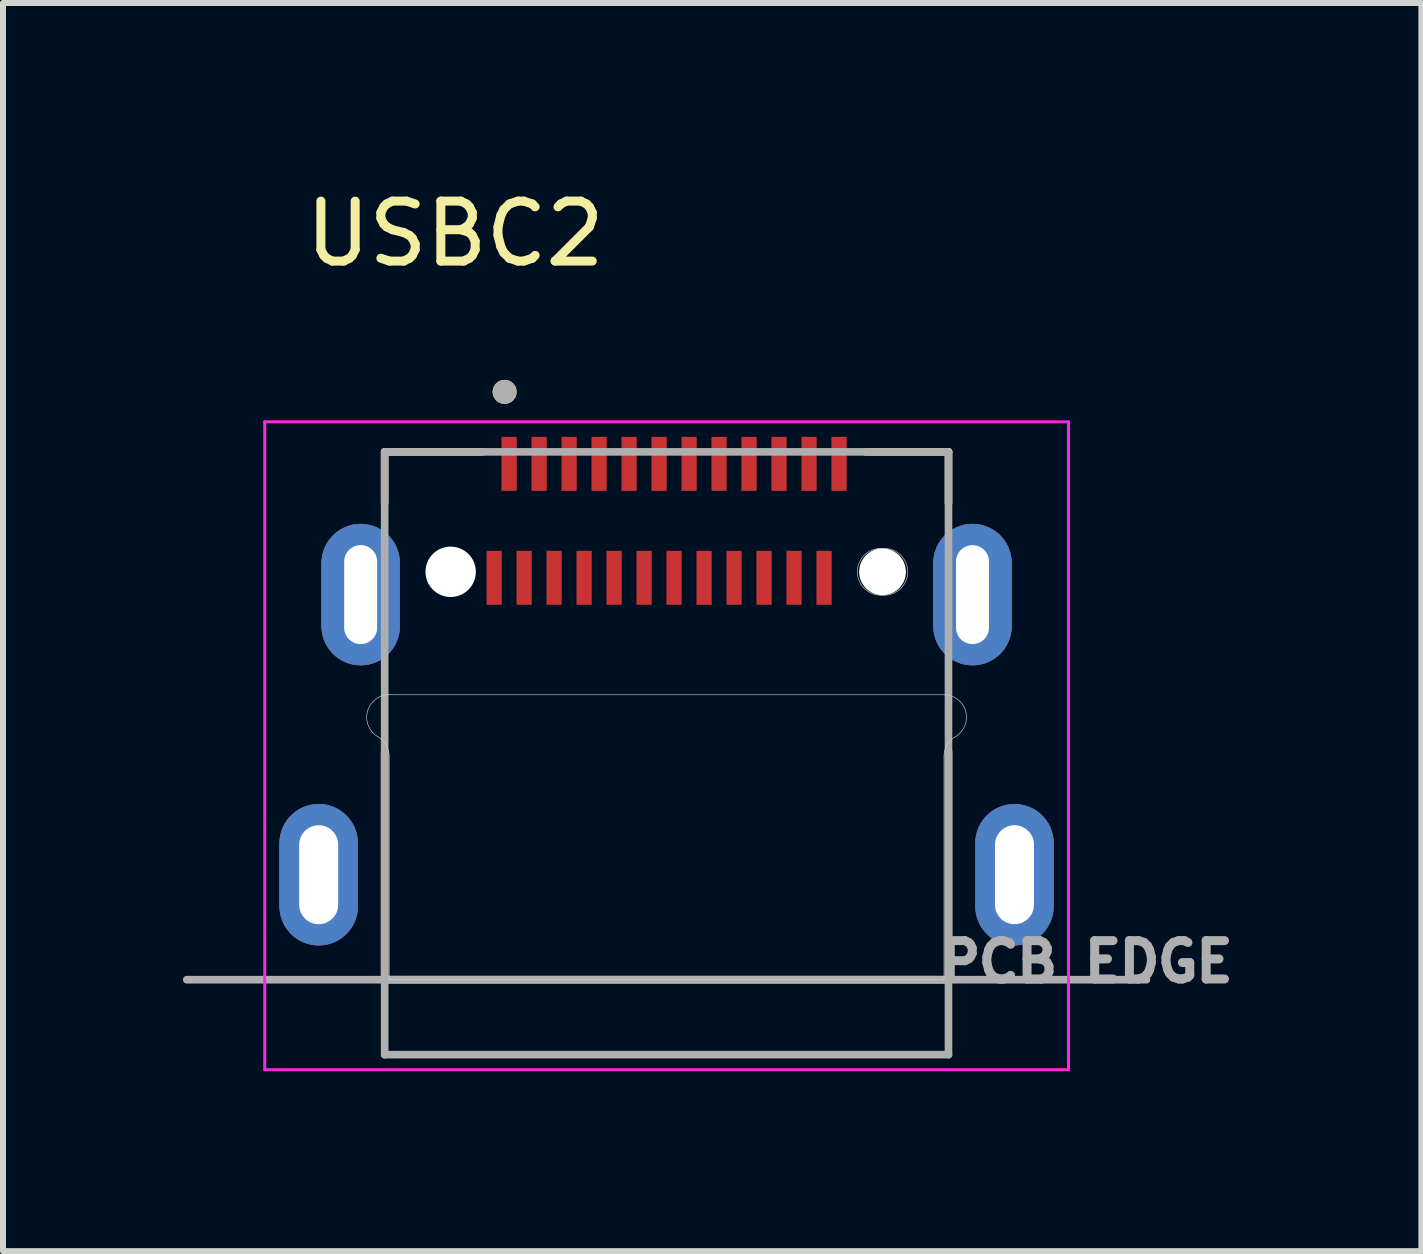
<source format=kicad_pcb>
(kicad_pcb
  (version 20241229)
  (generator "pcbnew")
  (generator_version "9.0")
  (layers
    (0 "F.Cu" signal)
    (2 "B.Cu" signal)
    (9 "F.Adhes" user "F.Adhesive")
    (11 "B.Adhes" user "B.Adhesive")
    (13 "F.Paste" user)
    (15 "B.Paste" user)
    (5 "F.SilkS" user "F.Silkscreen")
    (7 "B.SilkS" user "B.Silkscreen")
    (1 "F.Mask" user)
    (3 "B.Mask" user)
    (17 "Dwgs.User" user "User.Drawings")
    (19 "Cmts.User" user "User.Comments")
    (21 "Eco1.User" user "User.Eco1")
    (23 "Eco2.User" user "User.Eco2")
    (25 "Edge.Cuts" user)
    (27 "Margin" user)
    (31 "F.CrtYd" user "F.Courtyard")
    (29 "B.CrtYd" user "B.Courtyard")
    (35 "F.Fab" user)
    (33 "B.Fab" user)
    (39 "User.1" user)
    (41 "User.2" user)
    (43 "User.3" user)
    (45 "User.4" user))
  (footprint "USBC2"
    (layer "F.Cu")
    (at 8.063 6.483)
    (property "Reference" "USBC2" (at -3.525 -5.635 0) (layer "F.SilkS") (effects (font (size 1 1) (thickness 0.15))))
    (attr smd)
    (fp_poly (pts (xy -5.15 5.575) (xy -5.154 5.643) (xy -5.164 5.71) (xy -5.182 5.776) (xy -5.206 5.839) (xy -5.237 5.9) (xy -5.274 5.957) (xy -5.317 6.01) (xy -5.365 6.058) (xy -5.418 6.101) (xy -5.475 6.138) (xy -5.536 6.169) (xy -5.599 6.193) (xy -5.665 6.211) (xy -5.732 6.221) (xy -5.8 6.225) (xy -5.868 6.221) (xy -5.935 6.211) (xy -6.001 6.193) (xy -6.064 6.169) (xy -6.125 6.138) (xy -6.182 6.101) (xy -6.235 6.058) (xy -6.283 6.01) (xy -6.326 5.957) (xy -6.363 5.9) (xy -6.394 5.839) (xy -6.418 5.776) (xy -6.436 5.71) (xy -6.446 5.643) (xy -6.45 5.575) (xy -6.45 4.525) (xy -6.446 4.457) (xy -6.436 4.39) (xy -6.418 4.324) (xy -6.394 4.261) (xy -6.363 4.2) (xy -6.326 4.143) (xy -6.283 4.09) (xy -6.235 4.042) (xy -6.182 3.999) (xy -6.125 3.962) (xy -6.064 3.931) (xy -6.001 3.907) (xy -5.935 3.889) (xy -5.868 3.879) (xy -5.8 3.875) (xy -5.732 3.879) (xy -5.665 3.889) (xy -5.599 3.907) (xy -5.536 3.931) (xy -5.475 3.962) (xy -5.418 3.999) (xy -5.365 4.042) (xy -5.317 4.09) (xy -5.274 4.143) (xy -5.237 4.2) (xy -5.206 4.261) (xy -5.182 4.324) (xy -5.164 4.39) (xy -5.154 4.457) (xy -5.15 4.525) (xy -5.15 5.575)) (stroke (width 0.01) (type solid)) (fill yes) (layer "F.Cu"))
    (fp_poly (pts (xy -4.45 0.905) (xy -4.454 0.973) (xy -4.464 1.04) (xy -4.482 1.106) (xy -4.506 1.169) (xy -4.537 1.23) (xy -4.574 1.287) (xy -4.617 1.34) (xy -4.665 1.388) (xy -4.718 1.431) (xy -4.775 1.468) (xy -4.836 1.499) (xy -4.899 1.523) (xy -4.965 1.541) (xy -5.032 1.551) (xy -5.1 1.555) (xy -5.168 1.551) (xy -5.235 1.541) (xy -5.301 1.523) (xy -5.364 1.499) (xy -5.425 1.468) (xy -5.482 1.431) (xy -5.535 1.388) (xy -5.583 1.34) (xy -5.626 1.287) (xy -5.663 1.23) (xy -5.694 1.169) (xy -5.718 1.106) (xy -5.736 1.04) (xy -5.746 0.973) (xy -5.75 0.905) (xy -5.75 -0.145) (xy -5.746 -0.213) (xy -5.736 -0.28) (xy -5.718 -0.346) (xy -5.694 -0.409) (xy -5.663 -0.47) (xy -5.626 -0.527) (xy -5.583 -0.58) (xy -5.535 -0.628) (xy -5.482 -0.671) (xy -5.425 -0.708) (xy -5.364 -0.739) (xy -5.301 -0.763) (xy -5.235 -0.781) (xy -5.168 -0.791) (xy -5.1 -0.795) (xy -5.032 -0.791) (xy -4.965 -0.781) (xy -4.899 -0.763) (xy -4.836 -0.739) (xy -4.775 -0.708) (xy -4.718 -0.671) (xy -4.665 -0.628) (xy -4.617 -0.58) (xy -4.574 -0.527) (xy -4.537 -0.47) (xy -4.506 -0.409) (xy -4.482 -0.346) (xy -4.464 -0.28) (xy -4.454 -0.213) (xy -4.45 -0.145) (xy -4.45 0.905)) (stroke (width 0.01) (type solid)) (fill yes) (layer "F.Cu"))
    (fp_poly (pts (xy 5.75 0.905) (xy 5.746 0.973) (xy 5.736 1.04) (xy 5.718 1.106) (xy 5.694 1.169) (xy 5.663 1.23) (xy 5.626 1.287) (xy 5.583 1.34) (xy 5.535 1.388) (xy 5.482 1.431) (xy 5.425 1.468) (xy 5.364 1.499) (xy 5.301 1.523) (xy 5.235 1.541) (xy 5.168 1.551) (xy 5.1 1.555) (xy 5.032 1.551) (xy 4.965 1.541) (xy 4.899 1.523) (xy 4.836 1.499) (xy 4.775 1.468) (xy 4.718 1.431) (xy 4.665 1.388) (xy 4.617 1.34) (xy 4.574 1.287) (xy 4.537 1.23) (xy 4.506 1.169) (xy 4.482 1.106) (xy 4.464 1.04) (xy 4.454 0.973) (xy 4.45 0.905) (xy 4.45 -0.145) (xy 4.454 -0.213) (xy 4.464 -0.28) (xy 4.482 -0.346) (xy 4.506 -0.409) (xy 4.537 -0.47) (xy 4.574 -0.527) (xy 4.617 -0.58) (xy 4.665 -0.628) (xy 4.718 -0.671) (xy 4.775 -0.708) (xy 4.836 -0.739) (xy 4.899 -0.763) (xy 4.965 -0.781) (xy 5.032 -0.791) (xy 5.1 -0.795) (xy 5.168 -0.791) (xy 5.235 -0.781) (xy 5.301 -0.763) (xy 5.364 -0.739) (xy 5.425 -0.708) (xy 5.482 -0.671) (xy 5.535 -0.628) (xy 5.583 -0.58) (xy 5.626 -0.527) (xy 5.663 -0.47) (xy 5.694 -0.409) (xy 5.718 -0.346) (xy 5.736 -0.28) (xy 5.746 -0.213) (xy 5.75 -0.145) (xy 5.75 0.905)) (stroke (width 0.01) (type solid)) (fill yes) (layer "F.Cu"))
    (fp_poly (pts (xy 6.45 5.575) (xy 6.446 5.643) (xy 6.436 5.71) (xy 6.418 5.776) (xy 6.394 5.839) (xy 6.363 5.9) (xy 6.326 5.957) (xy 6.283 6.01) (xy 6.235 6.058) (xy 6.182 6.101) (xy 6.125 6.138) (xy 6.064 6.169) (xy 6.001 6.193) (xy 5.935 6.211) (xy 5.868 6.221) (xy 5.8 6.225) (xy 5.732 6.221) (xy 5.665 6.211) (xy 5.599 6.193) (xy 5.536 6.169) (xy 5.475 6.138) (xy 5.418 6.101) (xy 5.365 6.058) (xy 5.317 6.01) (xy 5.274 5.957) (xy 5.237 5.9) (xy 5.206 5.839) (xy 5.182 5.776) (xy 5.164 5.71) (xy 5.154 5.643) (xy 5.15 5.575) (xy 5.15 4.525) (xy 5.154 4.457) (xy 5.164 4.39) (xy 5.182 4.324) (xy 5.206 4.261) (xy 5.237 4.2) (xy 5.274 4.143) (xy 5.317 4.09) (xy 5.365 4.042) (xy 5.418 3.999) (xy 5.475 3.962) (xy 5.536 3.931) (xy 5.599 3.907) (xy 5.665 3.889) (xy 5.732 3.879) (xy 5.8 3.875) (xy 5.868 3.879) (xy 5.935 3.889) (xy 6.001 3.907) (xy 6.064 3.931) (xy 6.125 3.962) (xy 6.182 3.999) (xy 6.235 4.042) (xy 6.283 4.09) (xy 6.326 4.143) (xy 6.363 4.2) (xy 6.394 4.261) (xy 6.418 4.324) (xy 6.436 4.39) (xy 6.446 4.457) (xy 6.45 4.525) (xy 6.45 5.575)) (stroke (width 0.01) (type solid)) (fill yes) (layer "F.Cu"))
    (fp_poly (pts (xy -6.55 4.525) (xy -6.55 5.575) (xy -6.546 5.653) (xy -6.534 5.731) (xy -6.513 5.807) (xy -6.485 5.88) (xy -6.45 5.95) (xy -6.407 6.016) (xy -6.357 6.077) (xy -6.302 6.132) (xy -6.241 6.182) (xy -6.175 6.225) (xy -6.105 6.26) (xy -6.032 6.288) (xy -5.956 6.309) (xy -5.878 6.321) (xy -5.8 6.325) (xy -5.722 6.321) (xy -5.644 6.309) (xy -5.568 6.288) (xy -5.495 6.26) (xy -5.425 6.225) (xy -5.359 6.182) (xy -5.298 6.132) (xy -5.243 6.077) (xy -5.193 6.016) (xy -5.15 5.95) (xy -5.115 5.88) (xy -5.087 5.807) (xy -5.066 5.731) (xy -5.054 5.653) (xy -5.05 5.575) (xy -5.05 4.525) (xy -5.054 4.447) (xy -5.066 4.369) (xy -5.087 4.293) (xy -5.115 4.22) (xy -5.15 4.15) (xy -5.193 4.084) (xy -5.243 4.023) (xy -5.298 3.968) (xy -5.359 3.918) (xy -5.425 3.875) (xy -5.495 3.84) (xy -5.568 3.812) (xy -5.644 3.791) (xy -5.722 3.779) (xy -5.8 3.775) (xy -5.878 3.779) (xy -5.956 3.791) (xy -6.032 3.812) (xy -6.105 3.84) (xy -6.175 3.875) (xy -6.241 3.918) (xy -6.302 3.968) (xy -6.357 4.023) (xy -6.407 4.084) (xy -6.45 4.15) (xy -6.485 4.22) (xy -6.513 4.293) (xy -6.534 4.369) (xy -6.546 4.447) (xy -6.55 4.525)) (stroke (width 0.01) (type solid)) (fill yes) (layer "F.Mask"))
    (fp_poly (pts (xy -5.85 -0.145) (xy -5.85 0.905) (xy -5.846 0.983) (xy -5.834 1.061) (xy -5.813 1.137) (xy -5.785 1.21) (xy -5.75 1.28) (xy -5.707 1.346) (xy -5.657 1.407) (xy -5.602 1.462) (xy -5.541 1.512) (xy -5.475 1.555) (xy -5.405 1.59) (xy -5.332 1.618) (xy -5.256 1.639) (xy -5.178 1.651) (xy -5.1 1.655) (xy -5.022 1.651) (xy -4.944 1.639) (xy -4.868 1.618) (xy -4.795 1.59) (xy -4.725 1.555) (xy -4.659 1.512) (xy -4.598 1.462) (xy -4.543 1.407) (xy -4.493 1.346) (xy -4.45 1.28) (xy -4.415 1.21) (xy -4.387 1.137) (xy -4.366 1.061) (xy -4.354 0.983) (xy -4.35 0.905) (xy -4.35 -0.145) (xy -4.354 -0.223) (xy -4.366 -0.301) (xy -4.387 -0.377) (xy -4.415 -0.45) (xy -4.45 -0.52) (xy -4.493 -0.586) (xy -4.543 -0.647) (xy -4.598 -0.702) (xy -4.659 -0.752) (xy -4.725 -0.795) (xy -4.795 -0.83) (xy -4.868 -0.858) (xy -4.944 -0.879) (xy -5.022 -0.891) (xy -5.1 -0.895) (xy -5.178 -0.891) (xy -5.256 -0.879) (xy -5.332 -0.858) (xy -5.405 -0.83) (xy -5.475 -0.795) (xy -5.541 -0.752) (xy -5.602 -0.702) (xy -5.657 -0.647) (xy -5.707 -0.586) (xy -5.75 -0.52) (xy -5.785 -0.45) (xy -5.813 -0.377) (xy -5.834 -0.301) (xy -5.846 -0.223) (xy -5.85 -0.145)) (stroke (width 0.01) (type solid)) (fill yes) (layer "F.Mask"))
    (fp_poly (pts (xy 4.35 -0.145) (xy 4.35 0.905) (xy 4.354 0.983) (xy 4.366 1.061) (xy 4.387 1.137) (xy 4.415 1.21) (xy 4.45 1.28) (xy 4.493 1.346) (xy 4.543 1.407) (xy 4.598 1.462) (xy 4.659 1.512) (xy 4.725 1.555) (xy 4.795 1.59) (xy 4.868 1.618) (xy 4.944 1.639) (xy 5.022 1.651) (xy 5.1 1.655) (xy 5.178 1.651) (xy 5.256 1.639) (xy 5.332 1.618) (xy 5.405 1.59) (xy 5.475 1.555) (xy 5.541 1.512) (xy 5.602 1.462) (xy 5.657 1.407) (xy 5.707 1.346) (xy 5.75 1.28) (xy 5.785 1.21) (xy 5.813 1.137) (xy 5.834 1.061) (xy 5.846 0.983) (xy 5.85 0.905) (xy 5.85 -0.145) (xy 5.846 -0.223) (xy 5.834 -0.301) (xy 5.813 -0.377) (xy 5.785 -0.45) (xy 5.75 -0.52) (xy 5.707 -0.586) (xy 5.657 -0.647) (xy 5.602 -0.702) (xy 5.541 -0.752) (xy 5.475 -0.795) (xy 5.405 -0.83) (xy 5.332 -0.858) (xy 5.256 -0.879) (xy 5.178 -0.891) (xy 5.1 -0.895) (xy 5.022 -0.891) (xy 4.944 -0.879) (xy 4.868 -0.858) (xy 4.795 -0.83) (xy 4.725 -0.795) (xy 4.659 -0.752) (xy 4.598 -0.702) (xy 4.543 -0.647) (xy 4.493 -0.586) (xy 4.45 -0.52) (xy 4.415 -0.45) (xy 4.387 -0.377) (xy 4.366 -0.301) (xy 4.354 -0.223) (xy 4.35 -0.145)) (stroke (width 0.01) (type solid)) (fill yes) (layer "F.Mask"))
    (fp_poly (pts (xy 5.05 4.525) (xy 5.05 5.575) (xy 5.054 5.653) (xy 5.066 5.731) (xy 5.087 5.807) (xy 5.115 5.88) (xy 5.15 5.95) (xy 5.193 6.016) (xy 5.243 6.077) (xy 5.298 6.132) (xy 5.359 6.182) (xy 5.425 6.225) (xy 5.495 6.26) (xy 5.568 6.288) (xy 5.644 6.309) (xy 5.722 6.321) (xy 5.8 6.325) (xy 5.878 6.321) (xy 5.956 6.309) (xy 6.032 6.288) (xy 6.105 6.26) (xy 6.175 6.225) (xy 6.241 6.182) (xy 6.302 6.132) (xy 6.357 6.077) (xy 6.407 6.016) (xy 6.45 5.95) (xy 6.485 5.88) (xy 6.513 5.807) (xy 6.534 5.731) (xy 6.546 5.653) (xy 6.55 5.575) (xy 6.55 4.525) (xy 6.546 4.447) (xy 6.534 4.369) (xy 6.513 4.293) (xy 6.485 4.22) (xy 6.45 4.15) (xy 6.407 4.084) (xy 6.357 4.023) (xy 6.302 3.968) (xy 6.241 3.918) (xy 6.175 3.875) (xy 6.105 3.84) (xy 6.032 3.812) (xy 5.956 3.791) (xy 5.878 3.779) (xy 5.8 3.775) (xy 5.722 3.779) (xy 5.644 3.791) (xy 5.568 3.812) (xy 5.495 3.84) (xy 5.425 3.875) (xy 5.359 3.918) (xy 5.298 3.968) (xy 5.243 4.023) (xy 5.193 4.084) (xy 5.15 4.15) (xy 5.115 4.22) (xy 5.087 4.293) (xy 5.066 4.369) (xy 5.054 4.447) (xy 5.05 4.525)) (stroke (width 0.01) (type solid)) (fill yes) (layer "F.Mask"))
    (fp_poly (pts (xy -5.15 5.575) (xy -5.154 5.643) (xy -5.164 5.71) (xy -5.182 5.776) (xy -5.206 5.839) (xy -5.237 5.9) (xy -5.274 5.957) (xy -5.317 6.01) (xy -5.365 6.058) (xy -5.418 6.101) (xy -5.475 6.138) (xy -5.536 6.169) (xy -5.599 6.193) (xy -5.665 6.211) (xy -5.732 6.221) (xy -5.8 6.225) (xy -5.868 6.221) (xy -5.935 6.211) (xy -6.001 6.193) (xy -6.064 6.169) (xy -6.125 6.138) (xy -6.182 6.101) (xy -6.235 6.058) (xy -6.283 6.01) (xy -6.326 5.957) (xy -6.363 5.9) (xy -6.394 5.839) (xy -6.418 5.776) (xy -6.436 5.71) (xy -6.446 5.643) (xy -6.45 5.575) (xy -6.45 4.525) (xy -6.446 4.457) (xy -6.436 4.39) (xy -6.418 4.324) (xy -6.394 4.261) (xy -6.363 4.2) (xy -6.326 4.143) (xy -6.283 4.09) (xy -6.235 4.042) (xy -6.182 3.999) (xy -6.125 3.962) (xy -6.064 3.931) (xy -6.001 3.907) (xy -5.935 3.889) (xy -5.868 3.879) (xy -5.8 3.875) (xy -5.732 3.879) (xy -5.665 3.889) (xy -5.599 3.907) (xy -5.536 3.931) (xy -5.475 3.962) (xy -5.418 3.999) (xy -5.365 4.042) (xy -5.317 4.09) (xy -5.274 4.143) (xy -5.237 4.2) (xy -5.206 4.261) (xy -5.182 4.324) (xy -5.164 4.39) (xy -5.154 4.457) (xy -5.15 4.525) (xy -5.15 5.575)) (stroke (width 0.01) (type solid)) (fill yes) (layer "B.Cu"))
    (fp_poly (pts (xy -4.45 0.905) (xy -4.454 0.973) (xy -4.464 1.04) (xy -4.482 1.106) (xy -4.506 1.169) (xy -4.537 1.23) (xy -4.574 1.287) (xy -4.617 1.34) (xy -4.665 1.388) (xy -4.718 1.431) (xy -4.775 1.468) (xy -4.836 1.499) (xy -4.899 1.523) (xy -4.965 1.541) (xy -5.032 1.551) (xy -5.1 1.555) (xy -5.168 1.551) (xy -5.235 1.541) (xy -5.301 1.523) (xy -5.364 1.499) (xy -5.425 1.468) (xy -5.482 1.431) (xy -5.535 1.388) (xy -5.583 1.34) (xy -5.626 1.287) (xy -5.663 1.23) (xy -5.694 1.169) (xy -5.718 1.106) (xy -5.736 1.04) (xy -5.746 0.973) (xy -5.75 0.905) (xy -5.75 -0.145) (xy -5.746 -0.213) (xy -5.736 -0.28) (xy -5.718 -0.346) (xy -5.694 -0.409) (xy -5.663 -0.47) (xy -5.626 -0.527) (xy -5.583 -0.58) (xy -5.535 -0.628) (xy -5.482 -0.671) (xy -5.425 -0.708) (xy -5.364 -0.739) (xy -5.301 -0.763) (xy -5.235 -0.781) (xy -5.168 -0.791) (xy -5.1 -0.795) (xy -5.032 -0.791) (xy -4.965 -0.781) (xy -4.899 -0.763) (xy -4.836 -0.739) (xy -4.775 -0.708) (xy -4.718 -0.671) (xy -4.665 -0.628) (xy -4.617 -0.58) (xy -4.574 -0.527) (xy -4.537 -0.47) (xy -4.506 -0.409) (xy -4.482 -0.346) (xy -4.464 -0.28) (xy -4.454 -0.213) (xy -4.45 -0.145) (xy -4.45 0.905)) (stroke (width 0.01) (type solid)) (fill yes) (layer "B.Cu"))
    (fp_poly (pts (xy 5.75 0.905) (xy 5.746 0.973) (xy 5.736 1.04) (xy 5.718 1.106) (xy 5.694 1.169) (xy 5.663 1.23) (xy 5.626 1.287) (xy 5.583 1.34) (xy 5.535 1.388) (xy 5.482 1.431) (xy 5.425 1.468) (xy 5.364 1.499) (xy 5.301 1.523) (xy 5.235 1.541) (xy 5.168 1.551) (xy 5.1 1.555) (xy 5.032 1.551) (xy 4.965 1.541) (xy 4.899 1.523) (xy 4.836 1.499) (xy 4.775 1.468) (xy 4.718 1.431) (xy 4.665 1.388) (xy 4.617 1.34) (xy 4.574 1.287) (xy 4.537 1.23) (xy 4.506 1.169) (xy 4.482 1.106) (xy 4.464 1.04) (xy 4.454 0.973) (xy 4.45 0.905) (xy 4.45 -0.145) (xy 4.454 -0.213) (xy 4.464 -0.28) (xy 4.482 -0.346) (xy 4.506 -0.409) (xy 4.537 -0.47) (xy 4.574 -0.527) (xy 4.617 -0.58) (xy 4.665 -0.628) (xy 4.718 -0.671) (xy 4.775 -0.708) (xy 4.836 -0.739) (xy 4.899 -0.763) (xy 4.965 -0.781) (xy 5.032 -0.791) (xy 5.1 -0.795) (xy 5.168 -0.791) (xy 5.235 -0.781) (xy 5.301 -0.763) (xy 5.364 -0.739) (xy 5.425 -0.708) (xy 5.482 -0.671) (xy 5.535 -0.628) (xy 5.583 -0.58) (xy 5.626 -0.527) (xy 5.663 -0.47) (xy 5.694 -0.409) (xy 5.718 -0.346) (xy 5.736 -0.28) (xy 5.746 -0.213) (xy 5.75 -0.145) (xy 5.75 0.905)) (stroke (width 0.01) (type solid)) (fill yes) (layer "B.Cu"))
    (fp_poly (pts (xy 6.45 5.575) (xy 6.446 5.643) (xy 6.436 5.71) (xy 6.418 5.776) (xy 6.394 5.839) (xy 6.363 5.9) (xy 6.326 5.957) (xy 6.283 6.01) (xy 6.235 6.058) (xy 6.182 6.101) (xy 6.125 6.138) (xy 6.064 6.169) (xy 6.001 6.193) (xy 5.935 6.211) (xy 5.868 6.221) (xy 5.8 6.225) (xy 5.732 6.221) (xy 5.665 6.211) (xy 5.599 6.193) (xy 5.536 6.169) (xy 5.475 6.138) (xy 5.418 6.101) (xy 5.365 6.058) (xy 5.317 6.01) (xy 5.274 5.957) (xy 5.237 5.9) (xy 5.206 5.839) (xy 5.182 5.776) (xy 5.164 5.71) (xy 5.154 5.643) (xy 5.15 5.575) (xy 5.15 4.525) (xy 5.154 4.457) (xy 5.164 4.39) (xy 5.182 4.324) (xy 5.206 4.261) (xy 5.237 4.2) (xy 5.274 4.143) (xy 5.317 4.09) (xy 5.365 4.042) (xy 5.418 3.999) (xy 5.475 3.962) (xy 5.536 3.931) (xy 5.599 3.907) (xy 5.665 3.889) (xy 5.732 3.879) (xy 5.8 3.875) (xy 5.868 3.879) (xy 5.935 3.889) (xy 6.001 3.907) (xy 6.064 3.931) (xy 6.125 3.962) (xy 6.182 3.999) (xy 6.235 4.042) (xy 6.283 4.09) (xy 6.326 4.143) (xy 6.363 4.2) (xy 6.394 4.261) (xy 6.418 4.324) (xy 6.436 4.39) (xy 6.446 4.457) (xy 6.45 4.525) (xy 6.45 5.575)) (stroke (width 0.01) (type solid)) (fill yes) (layer "B.Cu"))
    (fp_poly (pts (xy -6.55 4.525) (xy -6.55 5.575) (xy -6.546 5.653) (xy -6.534 5.731) (xy -6.513 5.807) (xy -6.485 5.88) (xy -6.45 5.95) (xy -6.407 6.016) (xy -6.357 6.077) (xy -6.302 6.132) (xy -6.241 6.182) (xy -6.175 6.225) (xy -6.105 6.26) (xy -6.032 6.288) (xy -5.956 6.309) (xy -5.878 6.321) (xy -5.8 6.325) (xy -5.722 6.321) (xy -5.644 6.309) (xy -5.568 6.288) (xy -5.495 6.26) (xy -5.425 6.225) (xy -5.359 6.182) (xy -5.298 6.132) (xy -5.243 6.077) (xy -5.193 6.016) (xy -5.15 5.95) (xy -5.115 5.88) (xy -5.087 5.807) (xy -5.066 5.731) (xy -5.054 5.653) (xy -5.05 5.575) (xy -5.05 4.525) (xy -5.054 4.447) (xy -5.066 4.369) (xy -5.087 4.293) (xy -5.115 4.22) (xy -5.15 4.15) (xy -5.193 4.084) (xy -5.243 4.023) (xy -5.298 3.968) (xy -5.359 3.918) (xy -5.425 3.875) (xy -5.495 3.84) (xy -5.568 3.812) (xy -5.644 3.791) (xy -5.722 3.779) (xy -5.8 3.775) (xy -5.878 3.779) (xy -5.956 3.791) (xy -6.032 3.812) (xy -6.105 3.84) (xy -6.175 3.875) (xy -6.241 3.918) (xy -6.302 3.968) (xy -6.357 4.023) (xy -6.407 4.084) (xy -6.45 4.15) (xy -6.485 4.22) (xy -6.513 4.293) (xy -6.534 4.369) (xy -6.546 4.447) (xy -6.55 4.525)) (stroke (width 0.01) (type solid)) (fill yes) (layer "B.Mask"))
    (fp_poly (pts (xy -5.85 -0.145) (xy -5.85 0.905) (xy -5.846 0.983) (xy -5.834 1.061) (xy -5.813 1.137) (xy -5.785 1.21) (xy -5.75 1.28) (xy -5.707 1.346) (xy -5.657 1.407) (xy -5.602 1.462) (xy -5.541 1.512) (xy -5.475 1.555) (xy -5.405 1.59) (xy -5.332 1.618) (xy -5.256 1.639) (xy -5.178 1.651) (xy -5.1 1.655) (xy -5.022 1.651) (xy -4.944 1.639) (xy -4.868 1.618) (xy -4.795 1.59) (xy -4.725 1.555) (xy -4.659 1.512) (xy -4.598 1.462) (xy -4.543 1.407) (xy -4.493 1.346) (xy -4.45 1.28) (xy -4.415 1.21) (xy -4.387 1.137) (xy -4.366 1.061) (xy -4.354 0.983) (xy -4.35 0.905) (xy -4.35 -0.145) (xy -4.354 -0.223) (xy -4.366 -0.301) (xy -4.387 -0.377) (xy -4.415 -0.45) (xy -4.45 -0.52) (xy -4.493 -0.586) (xy -4.543 -0.647) (xy -4.598 -0.702) (xy -4.659 -0.752) (xy -4.725 -0.795) (xy -4.795 -0.83) (xy -4.868 -0.858) (xy -4.944 -0.879) (xy -5.022 -0.891) (xy -5.1 -0.895) (xy -5.178 -0.891) (xy -5.256 -0.879) (xy -5.332 -0.858) (xy -5.405 -0.83) (xy -5.475 -0.795) (xy -5.541 -0.752) (xy -5.602 -0.702) (xy -5.657 -0.647) (xy -5.707 -0.586) (xy -5.75 -0.52) (xy -5.785 -0.45) (xy -5.813 -0.377) (xy -5.834 -0.301) (xy -5.846 -0.223) (xy -5.85 -0.145)) (stroke (width 0.01) (type solid)) (fill yes) (layer "B.Mask"))
    (fp_poly (pts (xy 4.35 -0.145) (xy 4.35 0.905) (xy 4.354 0.983) (xy 4.366 1.061) (xy 4.387 1.137) (xy 4.415 1.21) (xy 4.45 1.28) (xy 4.493 1.346) (xy 4.543 1.407) (xy 4.598 1.462) (xy 4.659 1.512) (xy 4.725 1.555) (xy 4.795 1.59) (xy 4.868 1.618) (xy 4.944 1.639) (xy 5.022 1.651) (xy 5.1 1.655) (xy 5.178 1.651) (xy 5.256 1.639) (xy 5.332 1.618) (xy 5.405 1.59) (xy 5.475 1.555) (xy 5.541 1.512) (xy 5.602 1.462) (xy 5.657 1.407) (xy 5.707 1.346) (xy 5.75 1.28) (xy 5.785 1.21) (xy 5.813 1.137) (xy 5.834 1.061) (xy 5.846 0.983) (xy 5.85 0.905) (xy 5.85 -0.145) (xy 5.846 -0.223) (xy 5.834 -0.301) (xy 5.813 -0.377) (xy 5.785 -0.45) (xy 5.75 -0.52) (xy 5.707 -0.586) (xy 5.657 -0.647) (xy 5.602 -0.702) (xy 5.541 -0.752) (xy 5.475 -0.795) (xy 5.405 -0.83) (xy 5.332 -0.858) (xy 5.256 -0.879) (xy 5.178 -0.891) (xy 5.1 -0.895) (xy 5.022 -0.891) (xy 4.944 -0.879) (xy 4.868 -0.858) (xy 4.795 -0.83) (xy 4.725 -0.795) (xy 4.659 -0.752) (xy 4.598 -0.702) (xy 4.543 -0.647) (xy 4.493 -0.586) (xy 4.45 -0.52) (xy 4.415 -0.45) (xy 4.387 -0.377) (xy 4.366 -0.301) (xy 4.354 -0.223) (xy 4.35 -0.145)) (stroke (width 0.01) (type solid)) (fill yes) (layer "B.Mask"))
    (fp_poly (pts (xy 5.05 4.525) (xy 5.05 5.575) (xy 5.054 5.653) (xy 5.066 5.731) (xy 5.087 5.807) (xy 5.115 5.88) (xy 5.15 5.95) (xy 5.193 6.016) (xy 5.243 6.077) (xy 5.298 6.132) (xy 5.359 6.182) (xy 5.425 6.225) (xy 5.495 6.26) (xy 5.568 6.288) (xy 5.644 6.309) (xy 5.722 6.321) (xy 5.8 6.325) (xy 5.878 6.321) (xy 5.956 6.309) (xy 6.032 6.288) (xy 6.105 6.26) (xy 6.175 6.225) (xy 6.241 6.182) (xy 6.302 6.132) (xy 6.357 6.077) (xy 6.407 6.016) (xy 6.45 5.95) (xy 6.485 5.88) (xy 6.513 5.807) (xy 6.534 5.731) (xy 6.546 5.653) (xy 6.55 5.575) (xy 6.55 4.525) (xy 6.546 4.447) (xy 6.534 4.369) (xy 6.513 4.293) (xy 6.485 4.22) (xy 6.45 4.15) (xy 6.407 4.084) (xy 6.357 4.023) (xy 6.302 3.968) (xy 6.241 3.918) (xy 6.175 3.875) (xy 6.105 3.84) (xy 6.032 3.812) (xy 5.956 3.791) (xy 5.878 3.779) (xy 5.8 3.775) (xy 5.722 3.779) (xy 5.644 3.791) (xy 5.568 3.812) (xy 5.495 3.84) (xy 5.425 3.875) (xy 5.359 3.918) (xy 5.298 3.968) (xy 5.243 4.023) (xy 5.193 4.084) (xy 5.15 4.15) (xy 5.115 4.22) (xy 5.087 4.293) (xy 5.066 4.369) (xy 5.054 4.447) (xy 5.05 4.525)) (stroke (width 0.01) (type solid)) (fill yes) (layer "B.Mask"))
    (fp_line (start -4.7 -2) (end -3.072 -2) (stroke (width 0.127) (type solid)) (layer "F.SilkS"))
    (fp_line (start -4.7 -1.145) (end -4.7 -2) (stroke (width 0.127) (type solid)) (layer "F.SilkS"))
    (fp_line (start -4.7 6.8) (end -4.7 3) (stroke (width 0.127) (type solid)) (layer "F.SilkS"))
    (fp_line (start -4.7 6.8) (end 4.7 6.8) (stroke (width 0.127) (type solid)) (layer "F.SilkS"))
    (fp_line (start 3.322 -2) (end 4.7 -2) (stroke (width 0.127) (type solid)) (layer "F.SilkS"))
    (fp_line (start 4.7 -2) (end 4.7 -1.145) (stroke (width 0.127) (type solid)) (layer "F.SilkS"))
    (fp_line (start 4.7 6.8) (end 4.7 3) (stroke (width 0.127) (type solid)) (layer "F.SilkS"))
    (fp_circle (center -2.7 -3) (end -2.6 -3) (stroke (width 0.2) (type solid)) (fill no) (layer "F.SilkS"))
    (fp_line (start -4.625 2.05) (end 4.625 2.05) (stroke (width 0.01) (type solid)) (layer "Edge.Cuts"))
    (fp_line (start -4.625 3.075) (end -4.625 6.8) (stroke (width 0.01) (type solid)) (layer "Edge.Cuts"))
    (fp_line (start -4.625 6.8) (end 4.625 6.8) (stroke (width 0.01) (type solid)) (layer "Edge.Cuts"))
    (fp_line (start 3.57 -0.39) (end 3.63 -0.39) (stroke (width 0.01) (type solid)) (layer "Edge.Cuts"))
    (fp_line (start 3.57 0.39) (end 3.63 0.39) (stroke (width 0.01) (type solid)) (layer "Edge.Cuts"))
    (fp_line (start 4.625 6.8) (end 4.625 3.075) (stroke (width 0.01) (type solid)) (layer "Edge.Cuts"))
    (fp_arc (start -4.8125 2.74976) (mid -4.987223 2.327943) (end -4.625 2.05) (stroke (width 0.01) (type solid)) (layer "Edge.Cuts"))
    (fp_arc (start -4.8125 2.74976) (mid -4.67524 2.88702) (end -4.625 3.07452) (stroke (width 0.01) (type solid)) (layer "Edge.Cuts"))
    (fp_arc (start 3.57 0.39) (mid 3.18 0) (end 3.57 -0.39) (stroke (width 0.01) (type solid)) (layer "Edge.Cuts"))
    (fp_arc (start 3.63 -0.39) (mid 4.02 0) (end 3.63 0.39) (stroke (width 0.01) (type solid)) (layer "Edge.Cuts"))
    (fp_arc (start 4.625 2.05) (mid 4.987222 2.327943) (end 4.8125 2.74976) (stroke (width 0.01) (type solid)) (layer "Edge.Cuts"))
    (fp_arc (start 4.625 3.07452) (mid 4.675241 2.88702) (end 4.8125 2.74976) (stroke (width 0.01) (type solid)) (layer "Edge.Cuts"))
    (fp_line (start -6.7 -2.5) (end -6.7 8.3) (stroke (width 0.05) (type solid)) (layer "F.CrtYd"))
    (fp_line (start -6.7 8.3) (end 6.7 8.3) (stroke (width 0.05) (type solid)) (layer "F.CrtYd"))
    (fp_line (start 6.7 -2.5) (end -6.7 -2.5) (stroke (width 0.05) (type solid)) (layer "F.CrtYd"))
    (fp_line (start 6.7 8.3) (end 6.7 -2.5) (stroke (width 0.05) (type solid)) (layer "F.CrtYd"))
    (fp_line (start -8 6.8) (end 8 6.8) (stroke (width 0.127) (type solid)) (layer "F.Fab"))
    (fp_line (start -4.7 -2) (end 4.7 -2) (stroke (width 0.127) (type solid)) (layer "F.Fab"))
    (fp_line (start -4.7 8.05) (end -4.7 -2) (stroke (width 0.127) (type solid)) (layer "F.Fab"))
    (fp_line (start 4.7 -2) (end 4.7 8.05) (stroke (width 0.127) (type solid)) (layer "F.Fab"))
    (fp_line (start 4.7 8.05) (end -4.7 8.05) (stroke (width 0.127) (type solid)) (layer "F.Fab"))
    (fp_circle (center -2.7 -3) (end -2.6 -3) (stroke (width 0.2) (type solid)) (fill no) (layer "F.Fab"))
    (fp_text user "PCB EDGE" (at 7 6.5 0) (layer "F.Fab") (effects (font (size 0.64 0.64) (thickness 0.15))))
    (pad "" np_thru_hole circle (at -3.6 0) (size 0.84 0.84) (drill 0.84) (layers "*.Cu" "*.Mask"))
    (pad "" np_thru_hole circle (at 3.6 0) (size 0.78 0.78) (drill 0.78) (layers "*.Cu" "*.Mask"))
    (pad "A1" smd rect (at -2.625 -1.8) (size 0.254 0.9) (layers "F.Cu" "F.Mask" "F.Paste"))
    (pad "A2" smd rect (at -2.125 -1.8) (size 0.254 0.9) (layers "F.Cu" "F.Mask" "F.Paste"))
    (pad "A3" smd rect (at -1.625 -1.8) (size 0.254 0.9) (layers "F.Cu" "F.Mask" "F.Paste"))
    (pad "A4" smd rect (at -1.125 -1.8) (size 0.254 0.9) (layers "F.Cu" "F.Mask" "F.Paste"))
    (pad "A5" smd rect (at -0.625 -1.8) (size 0.254 0.9) (layers "F.Cu" "F.Mask" "F.Paste"))
    (pad "A6" smd rect (at -0.125 -1.8) (size 0.254 0.9) (layers "F.Cu" "F.Mask" "F.Paste"))
    (pad "A7" smd rect (at 0.375 -1.8) (size 0.254 0.9) (layers "F.Cu" "F.Mask" "F.Paste"))
    (pad "A8" smd rect (at 0.875 -1.8) (size 0.254 0.9) (layers "F.Cu" "F.Mask" "F.Paste"))
    (pad "A9" smd rect (at 1.375 -1.8) (size 0.254 0.9) (layers "F.Cu" "F.Mask" "F.Paste"))
    (pad "A10" smd rect (at 1.875 -1.8) (size 0.254 0.9) (layers "F.Cu" "F.Mask" "F.Paste"))
    (pad "A11" smd rect (at 2.375 -1.8) (size 0.254 0.9) (layers "F.Cu" "F.Mask" "F.Paste"))
    (pad "A12" smd rect (at 2.875 -1.8) (size 0.254 0.9) (layers "F.Cu" "F.Mask" "F.Paste"))
    (pad "B1" smd rect (at 2.625 0.1) (size 0.254 0.9) (layers "F.Cu" "F.Mask" "F.Paste"))
    (pad "B2" smd rect (at 2.125 0.1) (size 0.254 0.9) (layers "F.Cu" "F.Mask" "F.Paste"))
    (pad "B3" smd rect (at 1.625 0.1) (size 0.254 0.9) (layers "F.Cu" "F.Mask" "F.Paste"))
    (pad "B4" smd rect (at 1.125 0.1) (size 0.254 0.9) (layers "F.Cu" "F.Mask" "F.Paste"))
    (pad "B5" smd rect (at 0.625 0.1) (size 0.254 0.9) (layers "F.Cu" "F.Mask" "F.Paste"))
    (pad "B6" smd rect (at 0.125 0.1) (size 0.254 0.9) (layers "F.Cu" "F.Mask" "F.Paste"))
    (pad "B7" smd rect (at -0.375 0.1) (size 0.254 0.9) (layers "F.Cu" "F.Mask" "F.Paste"))
    (pad "B8" smd rect (at -0.875 0.1) (size 0.254 0.9) (layers "F.Cu" "F.Mask" "F.Paste"))
    (pad "B9" smd rect (at -1.375 0.1) (size 0.254 0.9) (layers "F.Cu" "F.Mask" "F.Paste"))
    (pad "B10" smd rect (at -1.875 0.1) (size 0.254 0.9) (layers "F.Cu" "F.Mask" "F.Paste"))
    (pad "B11" smd rect (at -2.375 0.1) (size 0.254 0.9) (layers "F.Cu" "F.Mask" "F.Paste"))
    (pad "B12" smd rect (at -2.875 0.1) (size 0.254 0.9) (layers "F.Cu" "F.Mask" "F.Paste"))
    (pad "S1" thru_hole oval (at -5.1 0.38) (size 1.058 2.116) (drill oval 0.55 1.65) (layers "*.Cu"))
    (pad "S2" thru_hole oval (at 5.1 0.38) (size 1.058 2.116) (drill oval 0.55 1.65) (layers "*.Cu"))
    (pad "S3" thru_hole oval (at -5.8 5.05) (size 1.158 2.316) (drill oval 0.65 1.65) (layers "*.Cu"))
    (pad "S4" thru_hole oval (at 5.8 5.05) (size 1.158 2.316) (drill oval 0.65 1.65) (layers "*.Cu")))
  (gr_rect
    (start -3 -3)
    (end 20.647 17.808)
    (stroke (width 0.1) (type default))
    (fill no)
    (layer "Edge.Cuts")))
</source>
